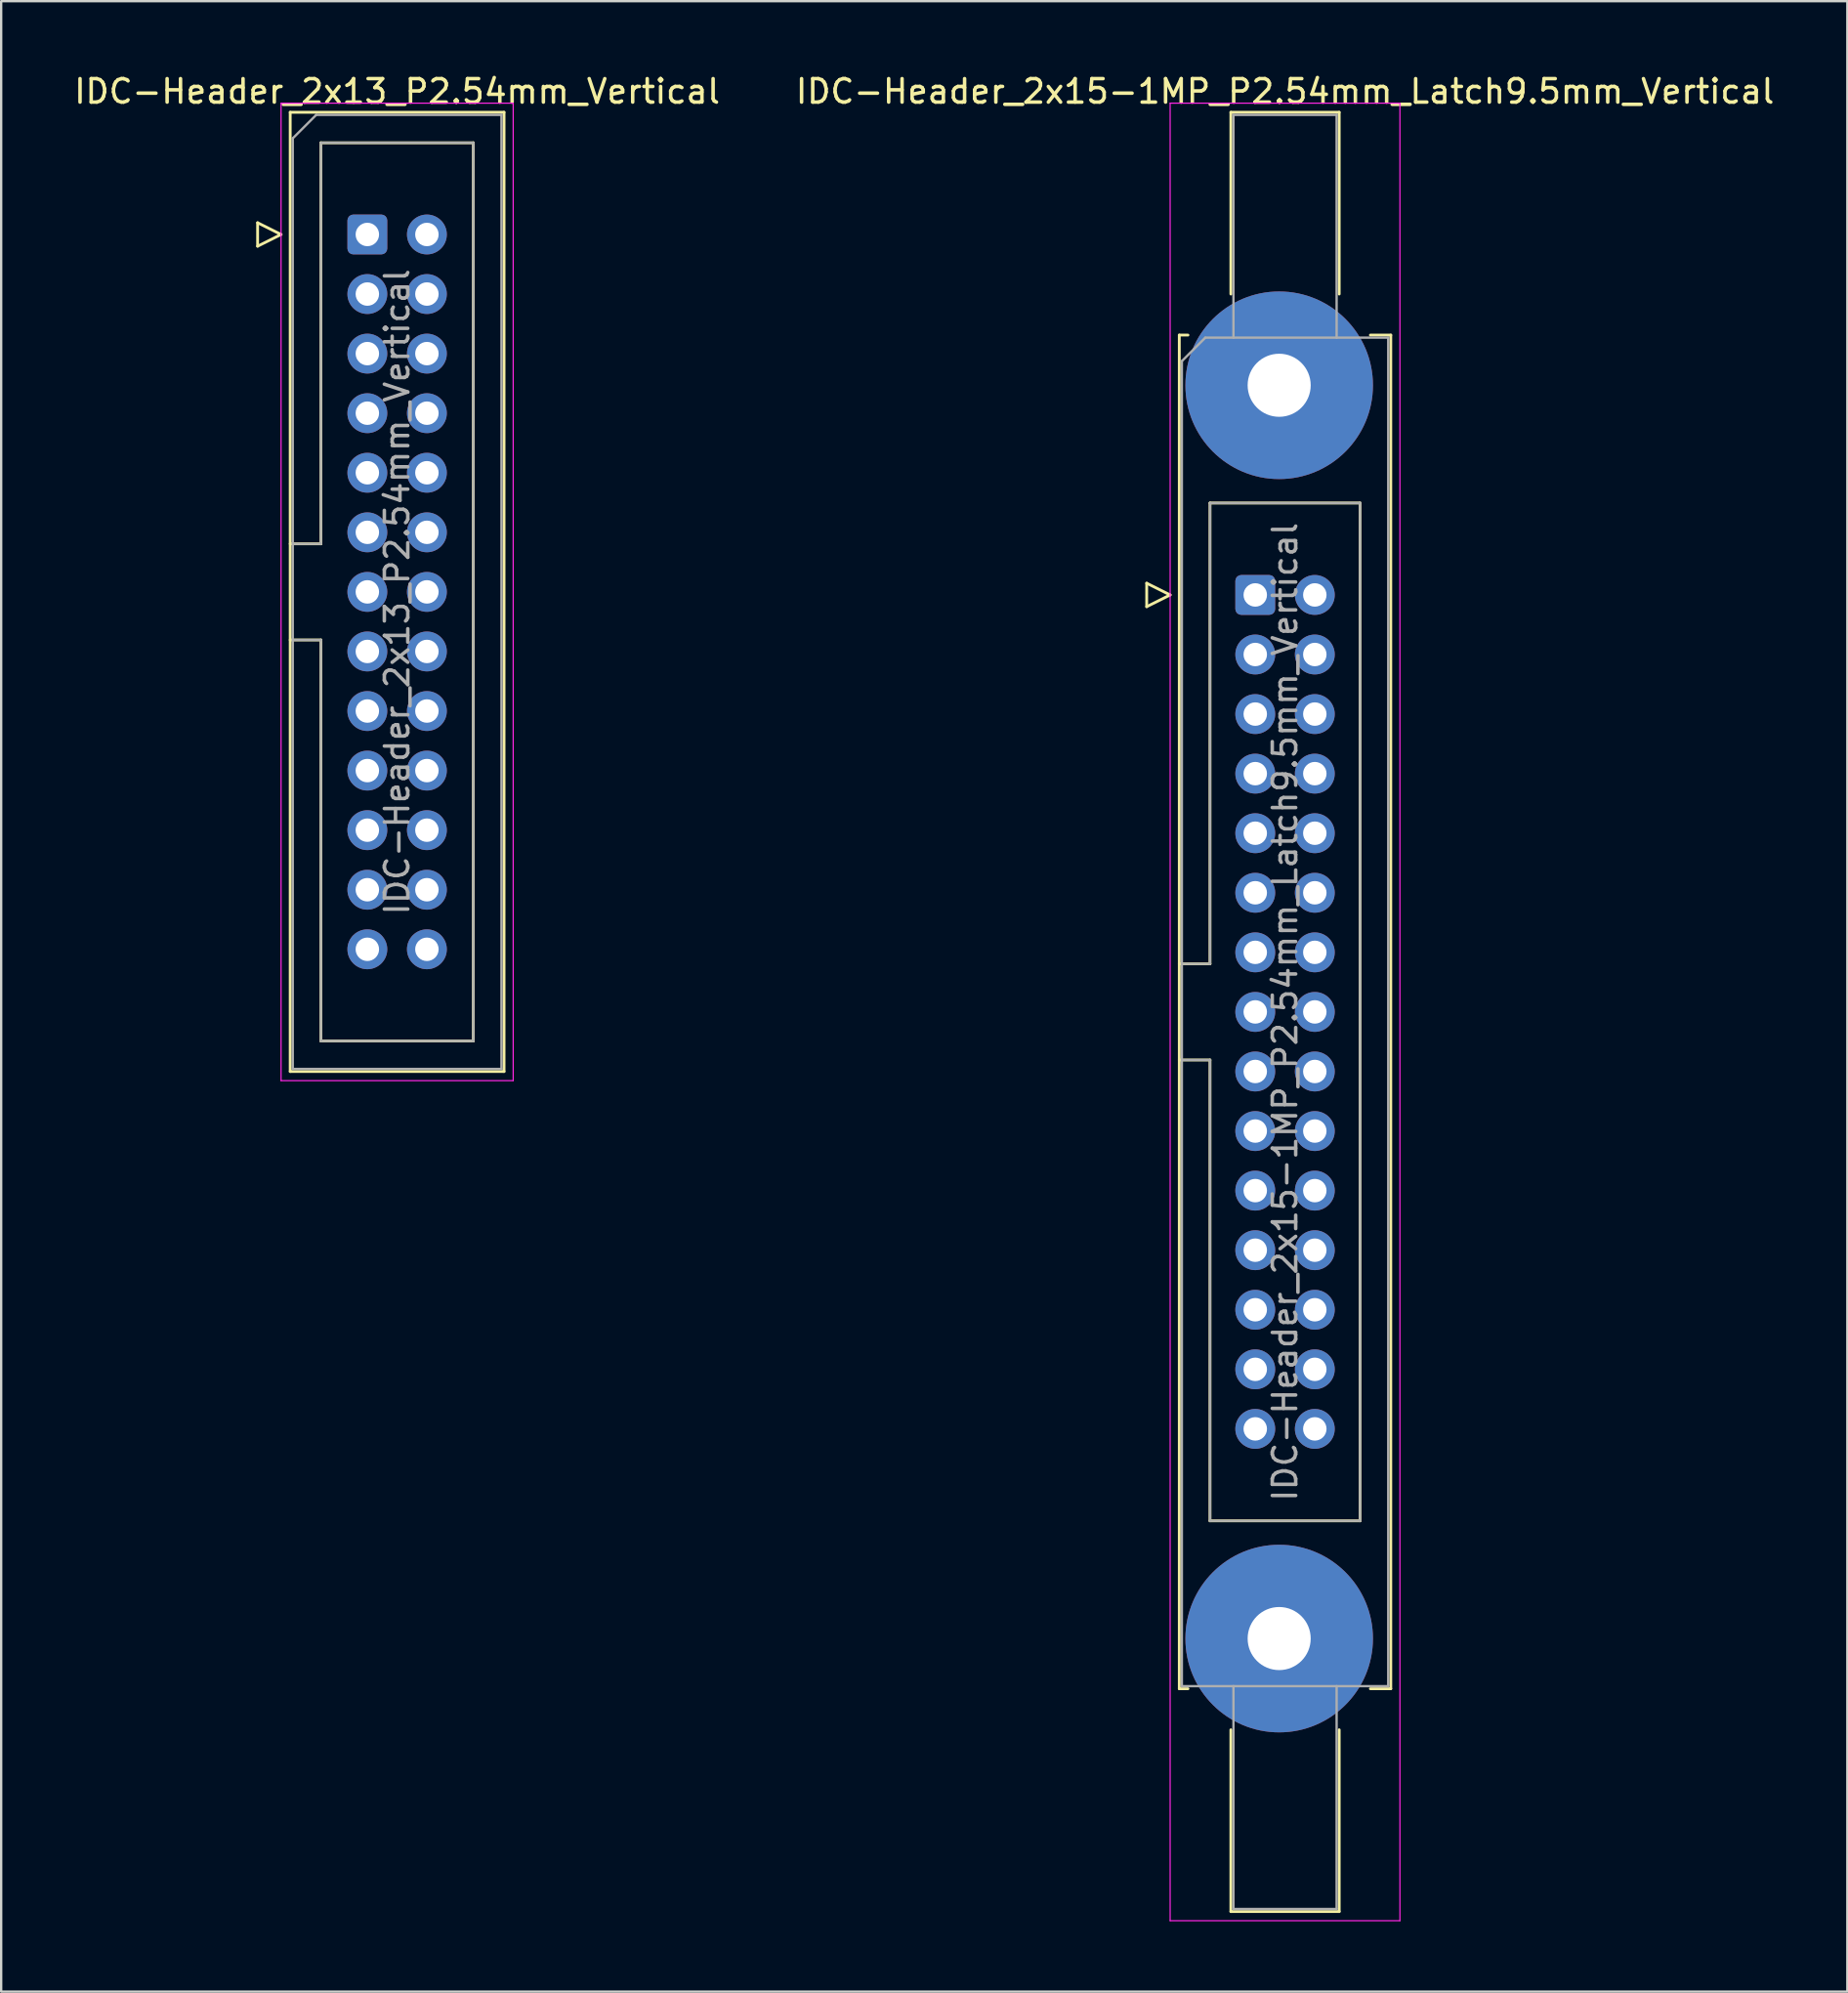
<source format=kicad_pcb>
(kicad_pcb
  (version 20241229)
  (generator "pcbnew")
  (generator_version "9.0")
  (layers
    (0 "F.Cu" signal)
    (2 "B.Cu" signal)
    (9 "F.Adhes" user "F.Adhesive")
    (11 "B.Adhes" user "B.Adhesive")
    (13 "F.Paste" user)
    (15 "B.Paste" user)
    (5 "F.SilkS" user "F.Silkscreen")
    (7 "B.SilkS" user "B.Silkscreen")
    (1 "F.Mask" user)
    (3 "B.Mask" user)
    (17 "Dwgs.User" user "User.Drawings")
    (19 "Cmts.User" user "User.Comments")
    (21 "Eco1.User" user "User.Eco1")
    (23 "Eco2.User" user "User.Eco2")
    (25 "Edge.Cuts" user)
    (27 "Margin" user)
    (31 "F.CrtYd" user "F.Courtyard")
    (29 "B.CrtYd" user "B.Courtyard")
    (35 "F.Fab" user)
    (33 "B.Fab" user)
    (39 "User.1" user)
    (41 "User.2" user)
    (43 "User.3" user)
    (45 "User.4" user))
  (footprint "IDC-Header_2x15-1MP_P2.54mm_Latch9.5mm_Vertical"
    (layer "F.Cu")
    (at 50.486 22.318)
    (property "Reference" "IDC-Header_2x15-1MP_P2.54mm_Latch9.5mm_Vertical" (at 1.27 -21.47 0) (layer "F.SilkS") (effects (font (size 1 1) (thickness 0.15))))
    (attr through_hole)
    (fp_line (start -4.63 -0.5) (end -4.63 0.5) (stroke (width 0.12) (type solid)) (layer "F.SilkS"))
    (fp_line (start -4.63 0.5) (end -3.63 0) (stroke (width 0.12) (type solid)) (layer "F.SilkS"))
    (fp_line (start -3.63 0) (end -4.63 -0.5) (stroke (width 0.12) (type solid)) (layer "F.SilkS"))
    (fp_line (start -3.24 -11.08) (end -3.24 46.64) (stroke (width 0.12) (type solid)) (layer "F.SilkS"))
    (fp_line (start -3.24 15.73) (end -1.93 15.73) (stroke (width 0.12) (type solid)) (layer "F.SilkS"))
    (fp_line (start -3.24 46.64) (end -2.87 46.64) (stroke (width 0.12) (type solid)) (layer "F.SilkS"))
    (fp_line (start -2.87 -11.08) (end -3.24 -11.08) (stroke (width 0.12) (type solid)) (layer "F.SilkS"))
    (fp_line (start -1.93 -3.92) (end 4.47 -3.92) (stroke (width 0.12) (type solid)) (layer "F.SilkS"))
    (fp_line (start -1.93 15.73) (end -1.93 -3.92) (stroke (width 0.12) (type solid)) (layer "F.SilkS"))
    (fp_line (start -1.93 19.83) (end -3.24 19.83) (stroke (width 0.12) (type solid)) (layer "F.SilkS"))
    (fp_line (start -1.93 39.48) (end -1.93 19.83) (stroke (width 0.12) (type solid)) (layer "F.SilkS"))
    (fp_line (start -1.04 -20.58) (end 3.58 -20.58) (stroke (width 0.12) (type solid)) (layer "F.SilkS"))
    (fp_line (start -1.04 -12.83) (end -1.04 -20.58) (stroke (width 0.12) (type solid)) (layer "F.SilkS"))
    (fp_line (start -1.04 48.39) (end -1.04 56.14) (stroke (width 0.12) (type solid)) (layer "F.SilkS"))
    (fp_line (start -1.04 56.14) (end 3.58 56.14) (stroke (width 0.12) (type solid)) (layer "F.SilkS"))
    (fp_line (start 3.58 -20.58) (end 3.58 -12.83) (stroke (width 0.12) (type solid)) (layer "F.SilkS"))
    (fp_line (start 3.58 56.14) (end 3.58 48.39) (stroke (width 0.12) (type solid)) (layer "F.SilkS"))
    (fp_line (start 4.47 -3.92) (end 4.47 39.48) (stroke (width 0.12) (type solid)) (layer "F.SilkS"))
    (fp_line (start 4.47 39.48) (end -1.93 39.48) (stroke (width 0.12) (type solid)) (layer "F.SilkS"))
    (fp_line (start 4.91 -11.08) (end 5.78 -11.08) (stroke (width 0.12) (type solid)) (layer "F.SilkS"))
    (fp_line (start 5.78 -11.08) (end 5.78 46.64) (stroke (width 0.12) (type solid)) (layer "F.SilkS"))
    (fp_line (start 5.78 46.64) (end 4.91 46.64) (stroke (width 0.12) (type solid)) (layer "F.SilkS"))
    (fp_line (start -3.63 -20.97) (end -3.63 56.53) (stroke (width 0.05) (type solid)) (layer "F.CrtYd"))
    (fp_line (start -3.63 56.53) (end 6.17 56.53) (stroke (width 0.05) (type solid)) (layer "F.CrtYd"))
    (fp_line (start 6.17 -20.97) (end -3.63 -20.97) (stroke (width 0.05) (type solid)) (layer "F.CrtYd"))
    (fp_line (start 6.17 56.53) (end 6.17 -20.97) (stroke (width 0.05) (type solid)) (layer "F.CrtYd"))
    (fp_line (start -3.13 -9.97) (end -2.13 -10.97) (stroke (width 0.1) (type solid)) (layer "F.Fab"))
    (fp_line (start -3.13 15.73) (end -1.93 15.73) (stroke (width 0.1) (type solid)) (layer "F.Fab"))
    (fp_line (start -3.13 46.53) (end -3.13 -9.97) (stroke (width 0.1) (type solid)) (layer "F.Fab"))
    (fp_line (start -2.13 -10.97) (end 5.67 -10.97) (stroke (width 0.1) (type solid)) (layer "F.Fab"))
    (fp_line (start -1.93 -3.92) (end 4.47 -3.92) (stroke (width 0.1) (type solid)) (layer "F.Fab"))
    (fp_line (start -1.93 15.73) (end -1.93 -3.92) (stroke (width 0.1) (type solid)) (layer "F.Fab"))
    (fp_line (start -1.93 19.83) (end -3.13 19.83) (stroke (width 0.1) (type solid)) (layer "F.Fab"))
    (fp_line (start -1.93 39.48) (end -1.93 19.83) (stroke (width 0.1) (type solid)) (layer "F.Fab"))
    (fp_line (start -0.93 -20.47) (end 3.47 -20.47) (stroke (width 0.1) (type solid)) (layer "F.Fab"))
    (fp_line (start -0.93 -10.97) (end -0.93 -20.47) (stroke (width 0.1) (type solid)) (layer "F.Fab"))
    (fp_line (start -0.93 46.53) (end -0.93 56.03) (stroke (width 0.1) (type solid)) (layer "F.Fab"))
    (fp_line (start -0.93 56.03) (end 3.47 56.03) (stroke (width 0.1) (type solid)) (layer "F.Fab"))
    (fp_line (start 3.47 -20.47) (end 3.47 -10.97) (stroke (width 0.1) (type solid)) (layer "F.Fab"))
    (fp_line (start 3.47 56.03) (end 3.47 46.53) (stroke (width 0.1) (type solid)) (layer "F.Fab"))
    (fp_line (start 4.47 -3.92) (end 4.47 39.48) (stroke (width 0.1) (type solid)) (layer "F.Fab"))
    (fp_line (start 4.47 39.48) (end -1.93 39.48) (stroke (width 0.1) (type solid)) (layer "F.Fab"))
    (fp_line (start 5.67 -10.97) (end 5.67 46.53) (stroke (width 0.1) (type solid)) (layer "F.Fab"))
    (fp_line (start 5.67 46.53) (end -3.13 46.53) (stroke (width 0.1) (type solid)) (layer "F.Fab"))
    (fp_text user "${REFERENCE}" (at 1.27 17.78 90) (layer "F.Fab") (effects (font (size 1 1) (thickness 0.15))))
    (pad "1" thru_hole roundrect (at 0 0) (size 1.7 1.7) (drill 1) (layers "*.Cu" "*.Mask") (roundrect_rratio 0.147))
    (pad "2" thru_hole circle (at 2.54 0) (size 1.7 1.7) (drill 1) (layers "*.Cu" "*.Mask"))
    (pad "3" thru_hole circle (at 0 2.54) (size 1.7 1.7) (drill 1) (layers "*.Cu" "*.Mask"))
    (pad "4" thru_hole circle (at 2.54 2.54) (size 1.7 1.7) (drill 1) (layers "*.Cu" "*.Mask"))
    (pad "5" thru_hole circle (at 0 5.08) (size 1.7 1.7) (drill 1) (layers "*.Cu" "*.Mask"))
    (pad "6" thru_hole circle (at 2.54 5.08) (size 1.7 1.7) (drill 1) (layers "*.Cu" "*.Mask"))
    (pad "7" thru_hole circle (at 0 7.62) (size 1.7 1.7) (drill 1) (layers "*.Cu" "*.Mask"))
    (pad "8" thru_hole circle (at 2.54 7.62) (size 1.7 1.7) (drill 1) (layers "*.Cu" "*.Mask"))
    (pad "9" thru_hole circle (at 0 10.16) (size 1.7 1.7) (drill 1) (layers "*.Cu" "*.Mask"))
    (pad "10" thru_hole circle (at 2.54 10.16) (size 1.7 1.7) (drill 1) (layers "*.Cu" "*.Mask"))
    (pad "11" thru_hole circle (at 0 12.7) (size 1.7 1.7) (drill 1) (layers "*.Cu" "*.Mask"))
    (pad "12" thru_hole circle (at 2.54 12.7) (size 1.7 1.7) (drill 1) (layers "*.Cu" "*.Mask"))
    (pad "13" thru_hole circle (at 0 15.24) (size 1.7 1.7) (drill 1) (layers "*.Cu" "*.Mask"))
    (pad "14" thru_hole circle (at 2.54 15.24) (size 1.7 1.7) (drill 1) (layers "*.Cu" "*.Mask"))
    (pad "15" thru_hole circle (at 0 17.78) (size 1.7 1.7) (drill 1) (layers "*.Cu" "*.Mask"))
    (pad "16" thru_hole circle (at 2.54 17.78) (size 1.7 1.7) (drill 1) (layers "*.Cu" "*.Mask"))
    (pad "17" thru_hole circle (at 0 20.32) (size 1.7 1.7) (drill 1) (layers "*.Cu" "*.Mask"))
    (pad "18" thru_hole circle (at 2.54 20.32) (size 1.7 1.7) (drill 1) (layers "*.Cu" "*.Mask"))
    (pad "19" thru_hole circle (at 0 22.86) (size 1.7 1.7) (drill 1) (layers "*.Cu" "*.Mask"))
    (pad "20" thru_hole circle (at 2.54 22.86) (size 1.7 1.7) (drill 1) (layers "*.Cu" "*.Mask"))
    (pad "21" thru_hole circle (at 0 25.4) (size 1.7 1.7) (drill 1) (layers "*.Cu" "*.Mask"))
    (pad "22" thru_hole circle (at 2.54 25.4) (size 1.7 1.7) (drill 1) (layers "*.Cu" "*.Mask"))
    (pad "23" thru_hole circle (at 0 27.94) (size 1.7 1.7) (drill 1) (layers "*.Cu" "*.Mask"))
    (pad "24" thru_hole circle (at 2.54 27.94) (size 1.7 1.7) (drill 1) (layers "*.Cu" "*.Mask"))
    (pad "25" thru_hole circle (at 0 30.48) (size 1.7 1.7) (drill 1) (layers "*.Cu" "*.Mask"))
    (pad "26" thru_hole circle (at 2.54 30.48) (size 1.7 1.7) (drill 1) (layers "*.Cu" "*.Mask"))
    (pad "27" thru_hole circle (at 0 33.02) (size 1.7 1.7) (drill 1) (layers "*.Cu" "*.Mask"))
    (pad "28" thru_hole circle (at 2.54 33.02) (size 1.7 1.7) (drill 1) (layers "*.Cu" "*.Mask"))
    (pad "29" thru_hole circle (at 0 35.56) (size 1.7 1.7) (drill 1) (layers "*.Cu" "*.Mask"))
    (pad "30" thru_hole circle (at 2.54 35.56) (size 1.7 1.7) (drill 1) (layers "*.Cu" "*.Mask"))
    (pad "MP" thru_hole circle (at 1.02 -8.94) (size 8 8) (drill 2.69) (layers "*.Cu" "*.Mask"))
    (pad "MP" thru_hole circle (at 1.02 44.5) (size 8 8) (drill 2.69) (layers "*.Cu" "*.Mask")))
  (footprint "IDC-Header_2x13_P2.54mm_Vertical"
    (layer "F.Cu")
    (at 12.617 6.948)
    (property "Reference" "IDC-Header_2x13_P2.54mm_Vertical" (at 1.27 -6.1 0) (layer "F.SilkS") (effects (font (size 1 1) (thickness 0.15))))
    (attr through_hole)
    (fp_line (start -4.68 -0.5) (end -4.68 0.5) (stroke (width 0.12) (type solid)) (layer "F.SilkS"))
    (fp_line (start -4.68 0.5) (end -3.68 0) (stroke (width 0.12) (type solid)) (layer "F.SilkS"))
    (fp_line (start -3.68 0) (end -4.68 -0.5) (stroke (width 0.12) (type solid)) (layer "F.SilkS"))
    (fp_line (start -3.29 -5.21) (end 5.83 -5.21) (stroke (width 0.12) (type solid)) (layer "F.SilkS"))
    (fp_line (start -3.29 13.19) (end -1.98 13.19) (stroke (width 0.12) (type solid)) (layer "F.SilkS"))
    (fp_line (start -3.29 35.69) (end -3.29 -5.21) (stroke (width 0.12) (type solid)) (layer "F.SilkS"))
    (fp_line (start -1.98 -3.91) (end 4.52 -3.91) (stroke (width 0.12) (type solid)) (layer "F.SilkS"))
    (fp_line (start -1.98 13.19) (end -1.98 -3.91) (stroke (width 0.12) (type solid)) (layer "F.SilkS"))
    (fp_line (start -1.98 17.29) (end -3.29 17.29) (stroke (width 0.12) (type solid)) (layer "F.SilkS"))
    (fp_line (start -1.98 34.39) (end -1.98 17.29) (stroke (width 0.12) (type solid)) (layer "F.SilkS"))
    (fp_line (start 4.52 -3.91) (end 4.52 34.39) (stroke (width 0.12) (type solid)) (layer "F.SilkS"))
    (fp_line (start 4.52 34.39) (end -1.98 34.39) (stroke (width 0.12) (type solid)) (layer "F.SilkS"))
    (fp_line (start 5.83 -5.21) (end 5.83 35.69) (stroke (width 0.12) (type solid)) (layer "F.SilkS"))
    (fp_line (start 5.83 35.69) (end -3.29 35.69) (stroke (width 0.12) (type solid)) (layer "F.SilkS"))
    (fp_line (start -3.68 -5.6) (end -3.68 36.08) (stroke (width 0.05) (type solid)) (layer "F.CrtYd"))
    (fp_line (start -3.68 36.08) (end 6.22 36.08) (stroke (width 0.05) (type solid)) (layer "F.CrtYd"))
    (fp_line (start 6.22 -5.6) (end -3.68 -5.6) (stroke (width 0.05) (type solid)) (layer "F.CrtYd"))
    (fp_line (start 6.22 36.08) (end 6.22 -5.6) (stroke (width 0.05) (type solid)) (layer "F.CrtYd"))
    (fp_line (start -3.18 -4.1) (end -2.18 -5.1) (stroke (width 0.1) (type solid)) (layer "F.Fab"))
    (fp_line (start -3.18 13.19) (end -1.98 13.19) (stroke (width 0.1) (type solid)) (layer "F.Fab"))
    (fp_line (start -3.18 35.58) (end -3.18 -4.1) (stroke (width 0.1) (type solid)) (layer "F.Fab"))
    (fp_line (start -2.18 -5.1) (end 5.72 -5.1) (stroke (width 0.1) (type solid)) (layer "F.Fab"))
    (fp_line (start -1.98 -3.91) (end 4.52 -3.91) (stroke (width 0.1) (type solid)) (layer "F.Fab"))
    (fp_line (start -1.98 13.19) (end -1.98 -3.91) (stroke (width 0.1) (type solid)) (layer "F.Fab"))
    (fp_line (start -1.98 17.29) (end -3.18 17.29) (stroke (width 0.1) (type solid)) (layer "F.Fab"))
    (fp_line (start -1.98 34.39) (end -1.98 17.29) (stroke (width 0.1) (type solid)) (layer "F.Fab"))
    (fp_line (start 4.52 -3.91) (end 4.52 34.39) (stroke (width 0.1) (type solid)) (layer "F.Fab"))
    (fp_line (start 4.52 34.39) (end -1.98 34.39) (stroke (width 0.1) (type solid)) (layer "F.Fab"))
    (fp_line (start 5.72 -5.1) (end 5.72 35.58) (stroke (width 0.1) (type solid)) (layer "F.Fab"))
    (fp_line (start 5.72 35.58) (end -3.18 35.58) (stroke (width 0.1) (type solid)) (layer "F.Fab"))
    (fp_text user "${REFERENCE}" (at 1.27 15.24 90) (layer "F.Fab") (effects (font (size 1 1) (thickness 0.15))))
    (pad "1" thru_hole roundrect (at 0 0) (size 1.7 1.7) (drill 1) (layers "*.Cu" "*.Mask") (roundrect_rratio 0.147))
    (pad "2" thru_hole circle (at 2.54 0) (size 1.7 1.7) (drill 1) (layers "*.Cu" "*.Mask"))
    (pad "3" thru_hole circle (at 0 2.54) (size 1.7 1.7) (drill 1) (layers "*.Cu" "*.Mask"))
    (pad "4" thru_hole circle (at 2.54 2.54) (size 1.7 1.7) (drill 1) (layers "*.Cu" "*.Mask"))
    (pad "5" thru_hole circle (at 0 5.08) (size 1.7 1.7) (drill 1) (layers "*.Cu" "*.Mask"))
    (pad "6" thru_hole circle (at 2.54 5.08) (size 1.7 1.7) (drill 1) (layers "*.Cu" "*.Mask"))
    (pad "7" thru_hole circle (at 0 7.62) (size 1.7 1.7) (drill 1) (layers "*.Cu" "*.Mask"))
    (pad "8" thru_hole circle (at 2.54 7.62) (size 1.7 1.7) (drill 1) (layers "*.Cu" "*.Mask"))
    (pad "9" thru_hole circle (at 0 10.16) (size 1.7 1.7) (drill 1) (layers "*.Cu" "*.Mask"))
    (pad "10" thru_hole circle (at 2.54 10.16) (size 1.7 1.7) (drill 1) (layers "*.Cu" "*.Mask"))
    (pad "11" thru_hole circle (at 0 12.7) (size 1.7 1.7) (drill 1) (layers "*.Cu" "*.Mask"))
    (pad "12" thru_hole circle (at 2.54 12.7) (size 1.7 1.7) (drill 1) (layers "*.Cu" "*.Mask"))
    (pad "13" thru_hole circle (at 0 15.24) (size 1.7 1.7) (drill 1) (layers "*.Cu" "*.Mask"))
    (pad "14" thru_hole circle (at 2.54 15.24) (size 1.7 1.7) (drill 1) (layers "*.Cu" "*.Mask"))
    (pad "15" thru_hole circle (at 0 17.78) (size 1.7 1.7) (drill 1) (layers "*.Cu" "*.Mask"))
    (pad "16" thru_hole circle (at 2.54 17.78) (size 1.7 1.7) (drill 1) (layers "*.Cu" "*.Mask"))
    (pad "17" thru_hole circle (at 0 20.32) (size 1.7 1.7) (drill 1) (layers "*.Cu" "*.Mask"))
    (pad "18" thru_hole circle (at 2.54 20.32) (size 1.7 1.7) (drill 1) (layers "*.Cu" "*.Mask"))
    (pad "19" thru_hole circle (at 0 22.86) (size 1.7 1.7) (drill 1) (layers "*.Cu" "*.Mask"))
    (pad "20" thru_hole circle (at 2.54 22.86) (size 1.7 1.7) (drill 1) (layers "*.Cu" "*.Mask"))
    (pad "21" thru_hole circle (at 0 25.4) (size 1.7 1.7) (drill 1) (layers "*.Cu" "*.Mask"))
    (pad "22" thru_hole circle (at 2.54 25.4) (size 1.7 1.7) (drill 1) (layers "*.Cu" "*.Mask"))
    (pad "23" thru_hole circle (at 0 27.94) (size 1.7 1.7) (drill 1) (layers "*.Cu" "*.Mask"))
    (pad "24" thru_hole circle (at 2.54 27.94) (size 1.7 1.7) (drill 1) (layers "*.Cu" "*.Mask"))
    (pad "25" thru_hole circle (at 0 30.48) (size 1.7 1.7) (drill 1) (layers "*.Cu" "*.Mask"))
    (pad "26" thru_hole circle (at 2.54 30.48) (size 1.7 1.7) (drill 1) (layers "*.Cu" "*.Mask")))
  (gr_rect
    (start -3 -3)
    (end 75.738 81.873)
    (stroke (width 0.1) (type default))
    (fill no)
    (layer "Edge.Cuts")))
</source>
